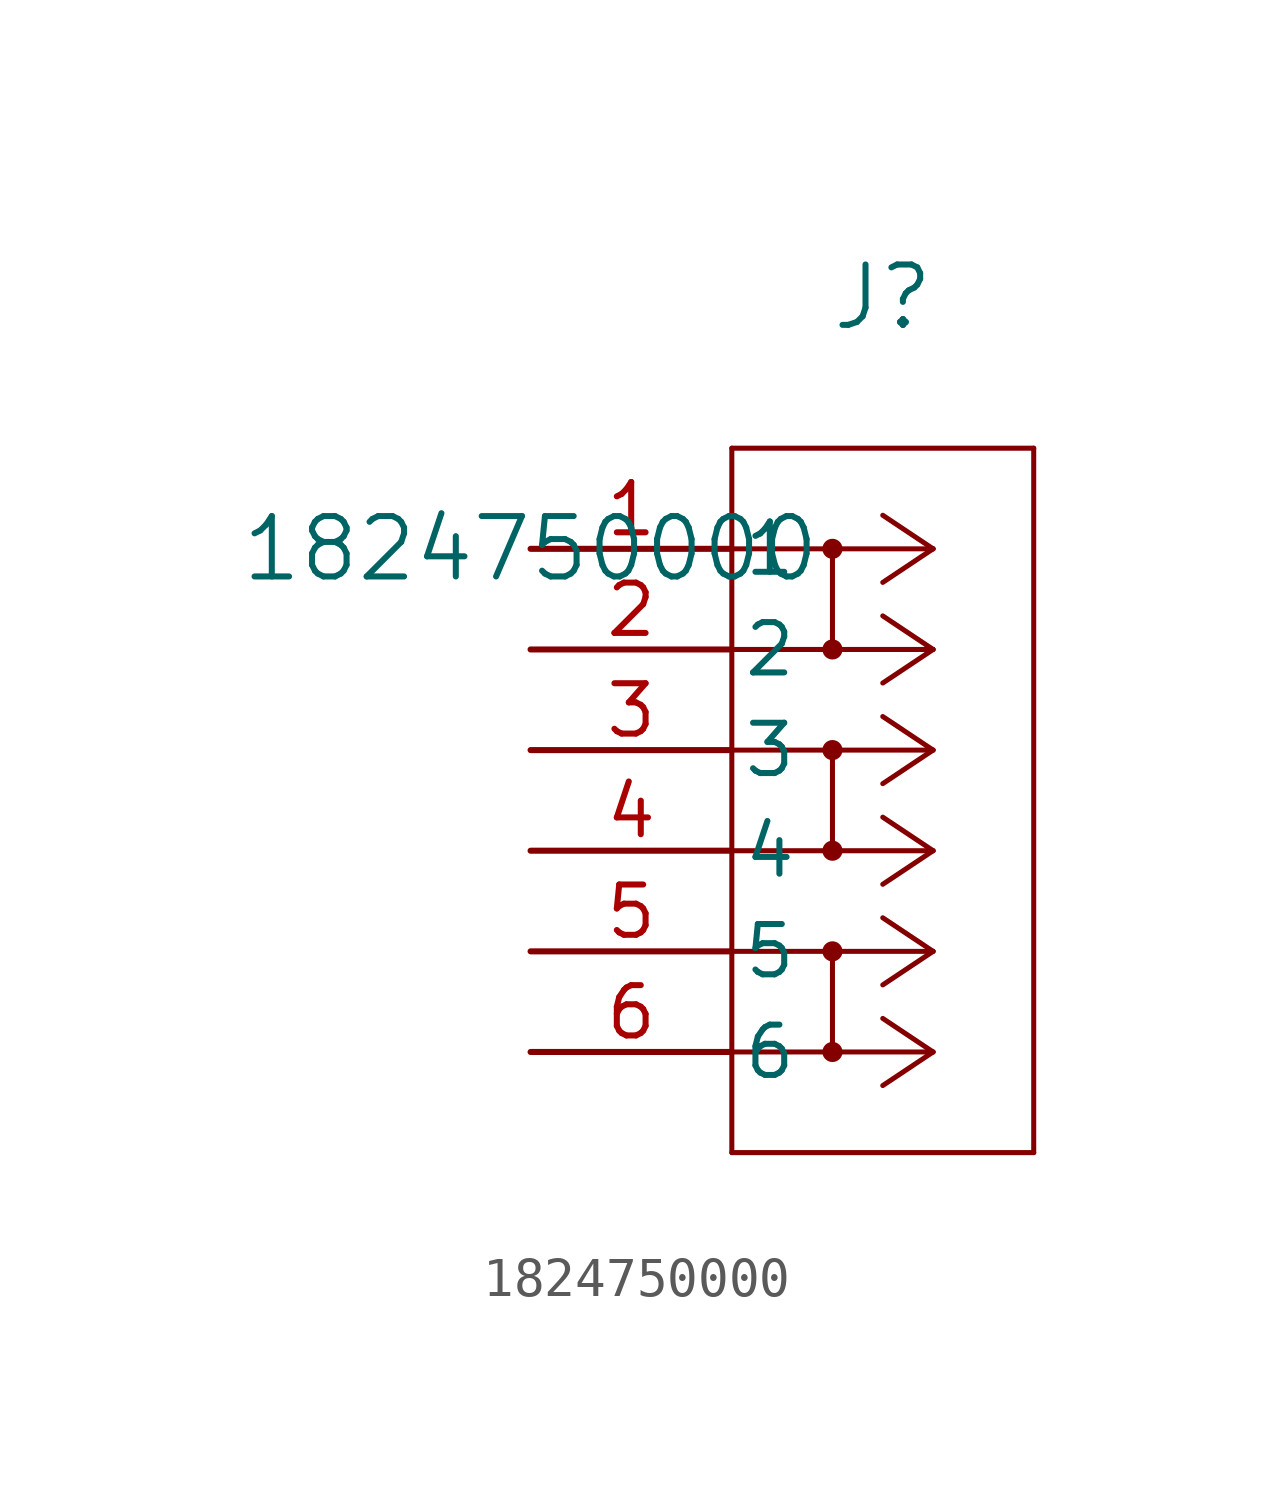
<source format=kicad_sym>
(kicad_symbol_lib
  (version 20211014)
  (generator kicad_symbol_editor)
  (symbol "1824750000"
    (pin_names
      (offset 0.254))
    (property "Reference" "J"
      (at 8.89 6.35 0)
      (effects (font (size 1.524 1.524))))
    (property "Value" "1824750000"
      (at 0 0 0)
      (effects (font (size 1.524 1.524))))
    (symbol "1824750000_0_1"
      (polyline (pts (xy 10.16 0) (xy 5.08 0)) (stroke (width 0.127) (type default) (color 0 0 0 0)) (fill (type none)))
      (polyline (pts (xy 10.16 -2.54) (xy 5.08 -2.54)) (stroke (width 0.127) (type default) (color 0 0 0 0)) (fill (type none)))
      (circle (center 7.62 0) (radius 0.127) (stroke (width 0.254) (type default) (color 0 0 0 0)) (fill (type none)))
      (circle (center 7.62 -2.54) (radius 0.127) (stroke (width 0.254) (type default) (color 0 0 0 0)) (fill (type none)))
      (polyline (pts (xy 7.62 0) (xy 7.62 -2.54)) (stroke (width 0.127) (type default) (color 0 0 0 0)) (fill (type none)))
      (polyline (pts (xy 10.16 -5.08) (xy 5.08 -5.08)) (stroke (width 0.127) (type default) (color 0 0 0 0)) (fill (type none)))
      (polyline (pts (xy 10.16 0) (xy 8.89 0.847)) (stroke (width 0.127) (type default) (color 0 0 0 0)) (fill (type none)))
      (polyline (pts (xy 10.16 -2.54) (xy 8.89 -1.693)) (stroke (width 0.127) (type default) (color 0 0 0 0)) (fill (type none)))
      (polyline (pts (xy 10.16 -7.62) (xy 5.08 -7.62)) (stroke (width 0.127) (type default) (color 0 0 0 0)) (fill (type none)))
      (circle (center 7.62 -5.08) (radius 0.127) (stroke (width 0.254) (type default) (color 0 0 0 0)) (fill (type none)))
      (circle (center 7.62 -7.62) (radius 0.127) (stroke (width 0.254) (type default) (color 0 0 0 0)) (fill (type none)))
      (polyline (pts (xy 7.62 -5.08) (xy 7.62 -7.62)) (stroke (width 0.127) (type default) (color 0 0 0 0)) (fill (type none)))
      (polyline (pts (xy 10.16 0) (xy 8.89 -0.847)) (stroke (width 0.127) (type default) (color 0 0 0 0)) (fill (type none)))
      (polyline (pts (xy 10.16 -2.54) (xy 8.89 -3.387)) (stroke (width 0.127) (type default) (color 0 0 0 0)) (fill (type none)))
      (polyline (pts (xy 10.16 -5.08) (xy 8.89 -4.233)) (stroke (width 0.127) (type default) (color 0 0 0 0)) (fill (type none)))
      (polyline (pts (xy 10.16 -7.62) (xy 8.89 -6.773)) (stroke (width 0.127) (type default) (color 0 0 0 0)) (fill (type none)))
      (polyline (pts (xy 10.16 -5.08) (xy 8.89 -5.927)) (stroke (width 0.127) (type default) (color 0 0 0 0)) (fill (type none)))
      (polyline (pts (xy 10.16 -7.62) (xy 8.89 -8.467)) (stroke (width 0.127) (type default) (color 0 0 0 0)) (fill (type none)))
      (polyline (pts (xy 5.08 2.54) (xy 5.08 -15.24)) (stroke (width 0.127) (type default) (color 0 0 0 0)) (fill (type none)))
      (polyline (pts (xy 5.08 -15.24) (xy 12.7 -15.24)) (stroke (width 0.127) (type default) (color 0 0 0 0)) (fill (type none)))
      (polyline (pts (xy 12.7 -15.24) (xy 12.7 2.54)) (stroke (width 0.127) (type default) (color 0 0 0 0)) (fill (type none)))
      (polyline (pts (xy 12.7 2.54) (xy 5.08 2.54)) (stroke (width 0.127) (type default) (color 0 0 0 0)) (fill (type none)))
      (polyline (pts (xy 10.16 -10.16) (xy 5.08 -10.16)) (stroke (width 0.127) (type default) (color 0 0 0 0)) (fill (type none)))
      (polyline (pts (xy 10.16 -12.7) (xy 5.08 -12.7)) (stroke (width 0.127) (type default) (color 0 0 0 0)) (fill (type none)))
      (circle (center 7.62 -10.16) (radius 0.127) (stroke (width 0.254) (type default) (color 0 0 0 0)) (fill (type none)))
      (circle (center 7.62 -12.7) (radius 0.127) (stroke (width 0.254) (type default) (color 0 0 0 0)) (fill (type none)))
      (polyline (pts (xy 7.62 -10.16) (xy 7.62 -12.7)) (stroke (width 0.127) (type default) (color 0 0 0 0)) (fill (type none)))
      (polyline (pts (xy 10.16 -10.16) (xy 8.89 -9.313)) (stroke (width 0.127) (type default) (color 0 0 0 0)) (fill (type none)))
      (polyline (pts (xy 10.16 -12.7) (xy 8.89 -11.853)) (stroke (width 0.127) (type default) (color 0 0 0 0)) (fill (type none)))
      (polyline (pts (xy 10.16 -10.16) (xy 8.89 -11.007)) (stroke (width 0.127) (type default) (color 0 0 0 0)) (fill (type none)))
      (polyline (pts (xy 10.16 -12.7) (xy 8.89 -13.547)) (stroke (width 0.127) (type default) (color 0 0 0 0)) (fill (type none)))
      (pin unspecified line (at 0 0 0) (length 5.08) (name "1" (effects (font (size 1.27 1.27)))) (number "1" (effects (font (size 1.27 1.27)))))
      (pin unspecified line (at 0 -2.54 0) (length 5.08) (name "2" (effects (font (size 1.27 1.27)))) (number "2" (effects (font (size 1.27 1.27)))))
      (pin unspecified line (at 0 -5.08 0) (length 5.08) (name "3" (effects (font (size 1.27 1.27)))) (number "3" (effects (font (size 1.27 1.27)))))
      (pin unspecified line (at 0 -7.62 0) (length 5.08) (name "4" (effects (font (size 1.27 1.27)))) (number "4" (effects (font (size 1.27 1.27)))))
      (pin unspecified line (at 0 -10.16 0) (length 5.08) (name "5" (effects (font (size 1.27 1.27)))) (number "5" (effects (font (size 1.27 1.27)))))
      (pin unspecified line (at 0 -12.7 0) (length 5.08) (name "6" (effects (font (size 1.27 1.27)))) (number "6" (effects (font (size 1.27 1.27))))))))
</source>
